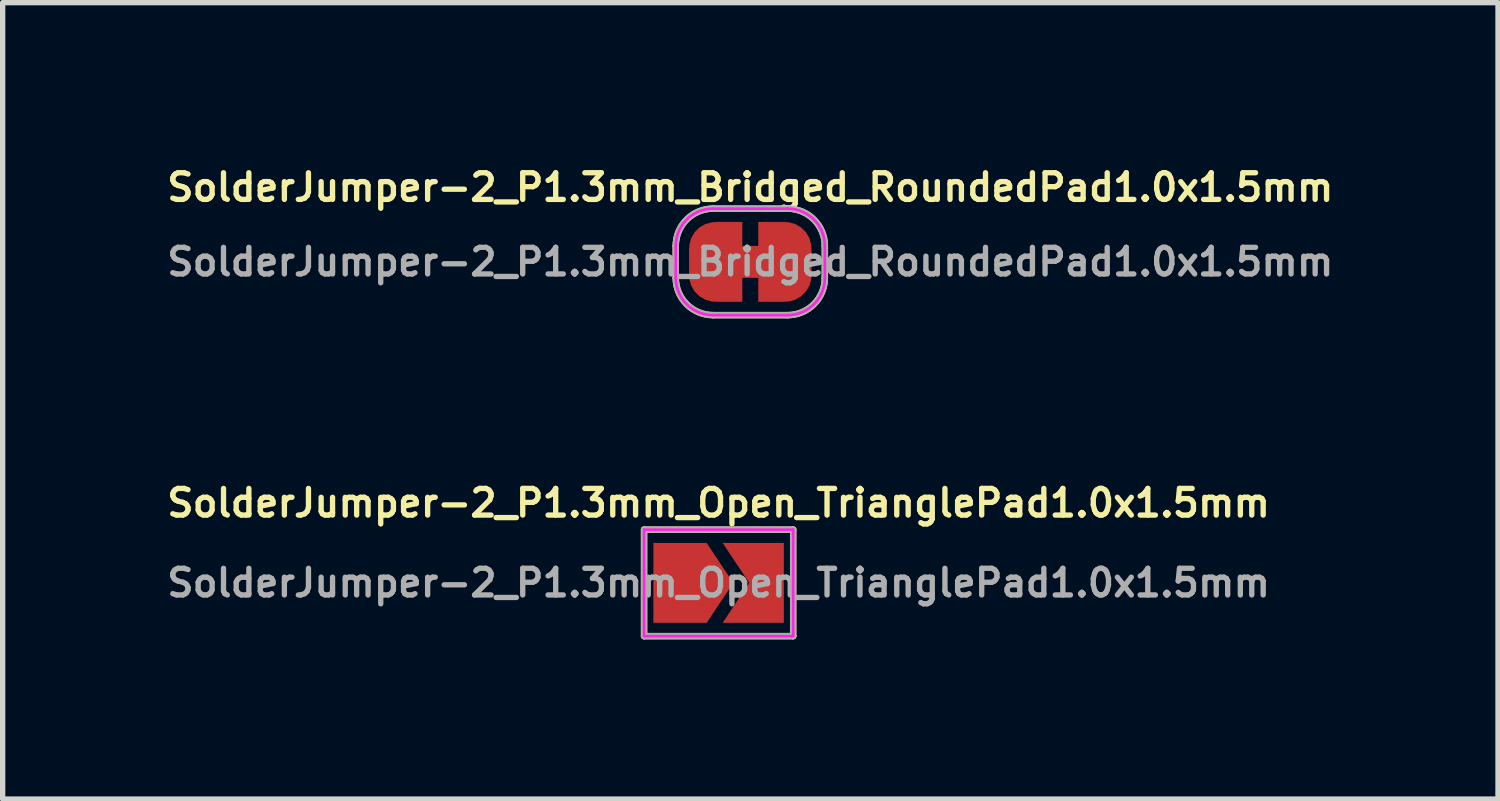
<source format=kicad_pcb>
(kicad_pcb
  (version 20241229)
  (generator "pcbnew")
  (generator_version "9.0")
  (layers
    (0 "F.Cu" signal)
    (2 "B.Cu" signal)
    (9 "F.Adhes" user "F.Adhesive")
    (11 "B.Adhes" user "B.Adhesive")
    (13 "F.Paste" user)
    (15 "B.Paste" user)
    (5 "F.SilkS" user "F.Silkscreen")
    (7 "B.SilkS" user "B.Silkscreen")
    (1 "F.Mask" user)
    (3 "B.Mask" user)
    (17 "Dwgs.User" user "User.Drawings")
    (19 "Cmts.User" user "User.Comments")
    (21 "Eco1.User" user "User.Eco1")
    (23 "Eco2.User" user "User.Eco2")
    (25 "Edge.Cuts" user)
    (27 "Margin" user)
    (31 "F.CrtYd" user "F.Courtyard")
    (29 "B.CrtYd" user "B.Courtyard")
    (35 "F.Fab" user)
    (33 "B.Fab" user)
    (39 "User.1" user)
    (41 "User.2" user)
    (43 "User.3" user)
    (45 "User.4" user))
  (footprint "SolderJumper-2_P1.3mm_Open_TrianglePad1.0x1.5mm"
    (layer "F.Cu")
    (at 10.445 7.896)
    (property "Reference" "SolderJumper-2_P1.3mm_Open_TrianglePad1.0x1.5mm" (at 0 -1.5 0) (layer "F.SilkS") (effects (font (size 0.5 0.5) (thickness 0.1))))
    (attr exclude_from_pos_files exclude_from_bom)
    (fp_poly (pts (xy -1.225 -0.75) (xy 1.225 -0.75) (xy 1.225 0.75) (xy -1.225 0.75)) (stroke (width 0) (type solid)) (fill yes) (layer "F.Mask"))
    (fp_line (start -1.4 -1) (end 1.4 -1) (stroke (width 0.12) (type solid)) (layer "F.SilkS"))
    (fp_line (start -1.4 1) (end -1.4 -1) (stroke (width 0.12) (type solid)) (layer "F.SilkS"))
    (fp_line (start 1.4 -1) (end 1.4 1) (stroke (width 0.12) (type solid)) (layer "F.SilkS"))
    (fp_line (start 1.4 1) (end -1.4 1) (stroke (width 0.12) (type solid)) (layer "F.SilkS"))
    (fp_line (start -1.4 -1) (end -1.4 1) (stroke (width 0.05) (type solid)) (layer "F.CrtYd"))
    (fp_line (start -1.4 -1) (end 1.4 -1) (stroke (width 0.05) (type solid)) (layer "F.CrtYd"))
    (fp_line (start 1.4 1) (end -1.4 1) (stroke (width 0.05) (type solid)) (layer "F.CrtYd"))
    (fp_line (start 1.4 1) (end 1.4 -1) (stroke (width 0.05) (type solid)) (layer "F.CrtYd"))
    (fp_line (start -1.4 -1) (end -1.4 1) (stroke (width 0.12) (type solid)) (layer "F.Fab"))
    (fp_line (start -1.4 1) (end 1.4 1) (stroke (width 0.12) (type solid)) (layer "F.Fab"))
    (fp_line (start 1.4 -1) (end -1.4 -1) (stroke (width 0.12) (type solid)) (layer "F.Fab"))
    (fp_line (start 1.4 1) (end 1.4 -1) (stroke (width 0.12) (type solid)) (layer "F.Fab"))
    (fp_text user "${REFERENCE}" (at 0 0 0) (layer "F.Fab") (effects (font (size 0.5 0.5) (thickness 0.1))))
    (pad "1" smd custom (at -0.725 0) (size 0.3 0.3) (layers "F.Cu" "F.Mask") (options (anchor rect)) (primitives (gr_poly (pts (xy -0.5 -0.75) (xy 0.5 -0.75) (xy 1 0) (xy 0.5 0.75) (xy -0.5 0.75)) (width 0) (fill yes))))
    (pad "2" smd custom (at 0.725 0) (size 0.3 0.3) (layers "F.Cu" "F.Mask") (options (anchor rect)) (primitives (gr_poly (pts (xy -0.65 -0.75) (xy 0.5 -0.75) (xy 0.5 0.75) (xy -0.65 0.75) (xy -0.15 0)) (width 0) (fill yes)))))
  (footprint "SolderJumper-2_P1.3mm_Bridged_RoundedPad1.0x1.5mm"
    (layer "F.Cu")
    (at 11.04 1.868)
    (property "Reference" "SolderJumper-2_P1.3mm_Bridged_RoundedPad1.0x1.5mm" (at 0 -1.4 0) (layer "F.SilkS") (effects (font (size 0.5 0.5) (thickness 0.1))))
    (attr exclude_from_pos_files exclude_from_bom)
    (fp_poly (pts (xy 0.25 -0.3) (xy -0.25 -0.3) (xy -0.25 0.3) (xy 0.25 0.3)) (stroke (width 0) (type solid)) (fill yes) (layer "F.Cu"))
    (fp_poly (pts (xy -0.65 0.75) (xy 0.65 0.75) (xy 0.65 -0.75) (xy -0.65 -0.75)) (stroke (width 0) (type solid)) (fill yes) (layer "F.Mask"))
    (fp_line (start -1.4 0.3) (end -1.4 -0.3) (stroke (width 0.12) (type solid)) (layer "F.SilkS"))
    (fp_line (start -0.7 -1) (end 0.7 -1) (stroke (width 0.12) (type solid)) (layer "F.SilkS"))
    (fp_line (start 0.7 1) (end -0.7 1) (stroke (width 0.12) (type solid)) (layer "F.SilkS"))
    (fp_line (start 1.4 -0.3) (end 1.4 0.3) (stroke (width 0.12) (type solid)) (layer "F.SilkS"))
    (fp_arc (start -1.4 -0.3) (mid -1.194975 -0.794975) (end -0.7 -1) (stroke (width 0.12) (type solid)) (layer "F.SilkS"))
    (fp_arc (start -0.7 1) (mid -1.194975 0.794975) (end -1.4 0.3) (stroke (width 0.12) (type solid)) (layer "F.SilkS"))
    (fp_arc (start 0.7 -1) (mid 1.194975 -0.794975) (end 1.4 -0.3) (stroke (width 0.12) (type solid)) (layer "F.SilkS"))
    (fp_arc (start 1.4 0.3) (mid 1.194975 0.794975) (end 0.7 1) (stroke (width 0.12) (type solid)) (layer "F.SilkS"))
    (fp_line (start -1.4 0.3) (end -1.4 -0.3) (stroke (width 0.05) (type solid)) (layer "F.CrtYd"))
    (fp_line (start -0.7 -1) (end 0.7 -1) (stroke (width 0.05) (type solid)) (layer "F.CrtYd"))
    (fp_line (start 0.7 1) (end -0.7 1) (stroke (width 0.05) (type solid)) (layer "F.CrtYd"))
    (fp_line (start 1.4 -0.3) (end 1.4 0.3) (stroke (width 0.05) (type solid)) (layer "F.CrtYd"))
    (fp_arc (start -1.4 -0.3) (mid -1.194975 -0.794975) (end -0.7 -1) (stroke (width 0.05) (type solid)) (layer "F.CrtYd"))
    (fp_arc (start -0.7 1) (mid -1.194975 0.794975) (end -1.4 0.3) (stroke (width 0.05) (type solid)) (layer "F.CrtYd"))
    (fp_arc (start 0.7 -1) (mid 1.194975 -0.794975) (end 1.4 -0.3) (stroke (width 0.05) (type solid)) (layer "F.CrtYd"))
    (fp_arc (start 1.4 0.3) (mid 1.194975 0.794975) (end 0.7 1) (stroke (width 0.05) (type solid)) (layer "F.CrtYd"))
    (fp_line (start -1.4 0.3) (end -1.4 -0.3) (stroke (width 0.12) (type solid)) (layer "F.Fab"))
    (fp_line (start -0.7 -1) (end 0.7 -1) (stroke (width 0.12) (type solid)) (layer "F.Fab"))
    (fp_line (start 0.7 1) (end -0.7 1) (stroke (width 0.12) (type solid)) (layer "F.Fab"))
    (fp_line (start 1.4 -0.3) (end 1.4 0.3) (stroke (width 0.12) (type solid)) (layer "F.Fab"))
    (fp_arc (start -1.4 -0.3) (mid -1.194975 -0.794975) (end -0.7 -1) (stroke (width 0.12) (type solid)) (layer "F.Fab"))
    (fp_arc (start -0.7 1) (mid -1.194975 0.794975) (end -1.4 0.3) (stroke (width 0.12) (type solid)) (layer "F.Fab"))
    (fp_arc (start 0.7 -1) (mid 1.194975 -0.794975) (end 1.4 -0.3) (stroke (width 0.12) (type solid)) (layer "F.Fab"))
    (fp_arc (start 1.4 0.3) (mid 1.194975 0.794975) (end 0.7 1) (stroke (width 0.12) (type solid)) (layer "F.Fab"))
    (fp_text user "${REFERENCE}" (at 0 0 0) (layer "F.Fab") (effects (font (size 0.5 0.5) (thickness 0.1))))
    (pad "1" smd custom (at -0.65 0) (size 1 0.5) (layers "F.Cu" "F.Mask") (options (anchor rect)) (primitives (gr_circle (center 0 0.25) (end 0.5 0.25) (width 0) (fill yes)) (gr_circle (center 0 -0.25) (end 0.5 -0.25) (width 0) (fill yes)) (gr_poly (pts (xy 0 -0.75) (xy 0.5 -0.75) (xy 0.5 0.75) (xy 0 0.75)) (width 0) (fill yes))))
    (pad "2" smd custom (at 0.65 0) (size 1 0.5) (layers "F.Cu" "F.Mask") (options (anchor rect)) (primitives (gr_circle (center 0 0.25) (end 0.5 0.25) (width 0) (fill yes)) (gr_circle (center 0 -0.25) (end 0.5 -0.25) (width 0) (fill yes)) (gr_poly (pts (xy 0 -0.75) (xy -0.5 -0.75) (xy -0.5 0.75) (xy 0 0.75)) (width 0) (fill yes)))))
  (gr_rect
    (start -3 -3)
    (end 25.081 11.956)
    (stroke (width 0.1) (type default))
    (fill no)
    (layer "Edge.Cuts")))
</source>
